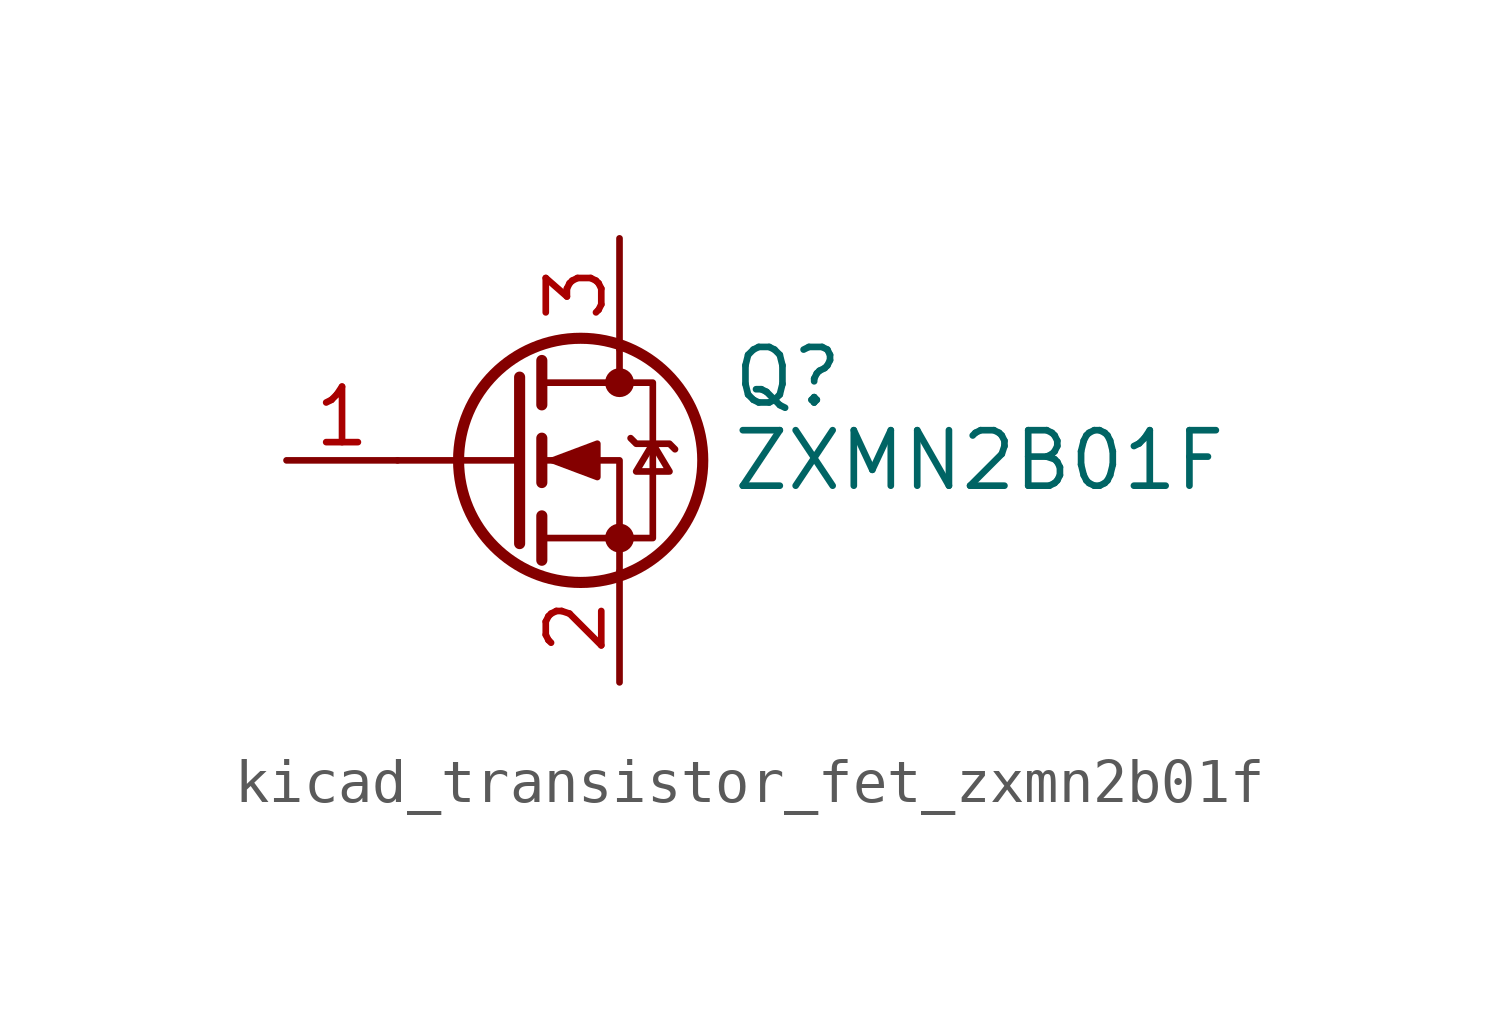
<source format=kicad_sym>
(kicad_symbol_lib
  (version 20220914)
  (generator kicad_symbol_editor)
  (symbol "kicad_transistor_fet_zxmn2b01f"
    (pin_names hide)
    (property "Reference" "Q"
      (at 5.08 1.905 0)
      (effects (font (size 1.27 1.27)) (justify left)))
    (property "Value" "ZXMN2B01F"
      (at 5.08 0 0)
      (effects (font (size 1.27 1.27)) (justify left)))
    (symbol "kicad_transistor_fet_zxmn2b01f_0_1"
      (polyline (pts (xy 0.254 0) (xy -2.54 0)) (stroke (width 0) (type default)) (fill (type none)))
      (polyline (pts (xy 0.254 1.905) (xy 0.254 -1.905)) (stroke (width 0.254) (type default)) (fill (type none)))
      (polyline (pts (xy 0.762 -1.27) (xy 0.762 -2.286)) (stroke (width 0.254) (type default)) (fill (type none)))
      (polyline (pts (xy 0.762 0.508) (xy 0.762 -0.508)) (stroke (width 0.254) (type default)) (fill (type none)))
      (polyline (pts (xy 0.762 2.286) (xy 0.762 1.27)) (stroke (width 0.254) (type default)) (fill (type none)))
      (polyline (pts (xy 2.54 2.54) (xy 2.54 1.778)) (stroke (width 0) (type default)) (fill (type none)))
      (polyline (pts (xy 2.54 -2.54) (xy 2.54 0) (xy 0.762 0)) (stroke (width 0) (type default)) (fill (type none)))
      (polyline (pts (xy 0.762 -1.778) (xy 3.302 -1.778) (xy 3.302 1.778) (xy 0.762 1.778)) (stroke (width 0) (type default)) (fill (type none)))
      (polyline (pts (xy 1.016 0) (xy 2.032 0.381) (xy 2.032 -0.381) (xy 1.016 0)) (stroke (width 0) (type default)) (fill (type outline)))
      (polyline (pts (xy 2.794 0.508) (xy 2.921 0.381) (xy 3.683 0.381) (xy 3.81 0.254)) (stroke (width 0) (type default)) (fill (type none)))
      (polyline (pts (xy 3.302 0.381) (xy 2.921 -0.254) (xy 3.683 -0.254) (xy 3.302 0.381)) (stroke (width 0) (type default)) (fill (type none)))
      (circle (center 1.651 0) (radius 2.794) (stroke (width 0.254) (type default)) (fill (type none)))
      (circle (center 2.54 -1.778) (radius 0.254) (stroke (width 0) (type default)) (fill (type outline)))
      (circle (center 2.54 1.778) (radius 0.254) (stroke (width 0) (type default)) (fill (type outline))))
    (symbol "kicad_transistor_fet_zxmn2b01f_1_1"
      (pin input line (at -5.08 0 0) (length 2.54) (name "G" (effects (font (size 1.27 1.27)))) (number "1" (effects (font (size 1.27 1.27)))))
      (pin passive line (at 2.54 -5.08 90) (length 2.54) (name "S" (effects (font (size 1.27 1.27)))) (number "2" (effects (font (size 1.27 1.27)))))
      (pin passive line (at 2.54 5.08 270) (length 2.54) (name "D" (effects (font (size 1.27 1.27)))) (number "3" (effects (font (size 1.27 1.27))))))))
</source>
